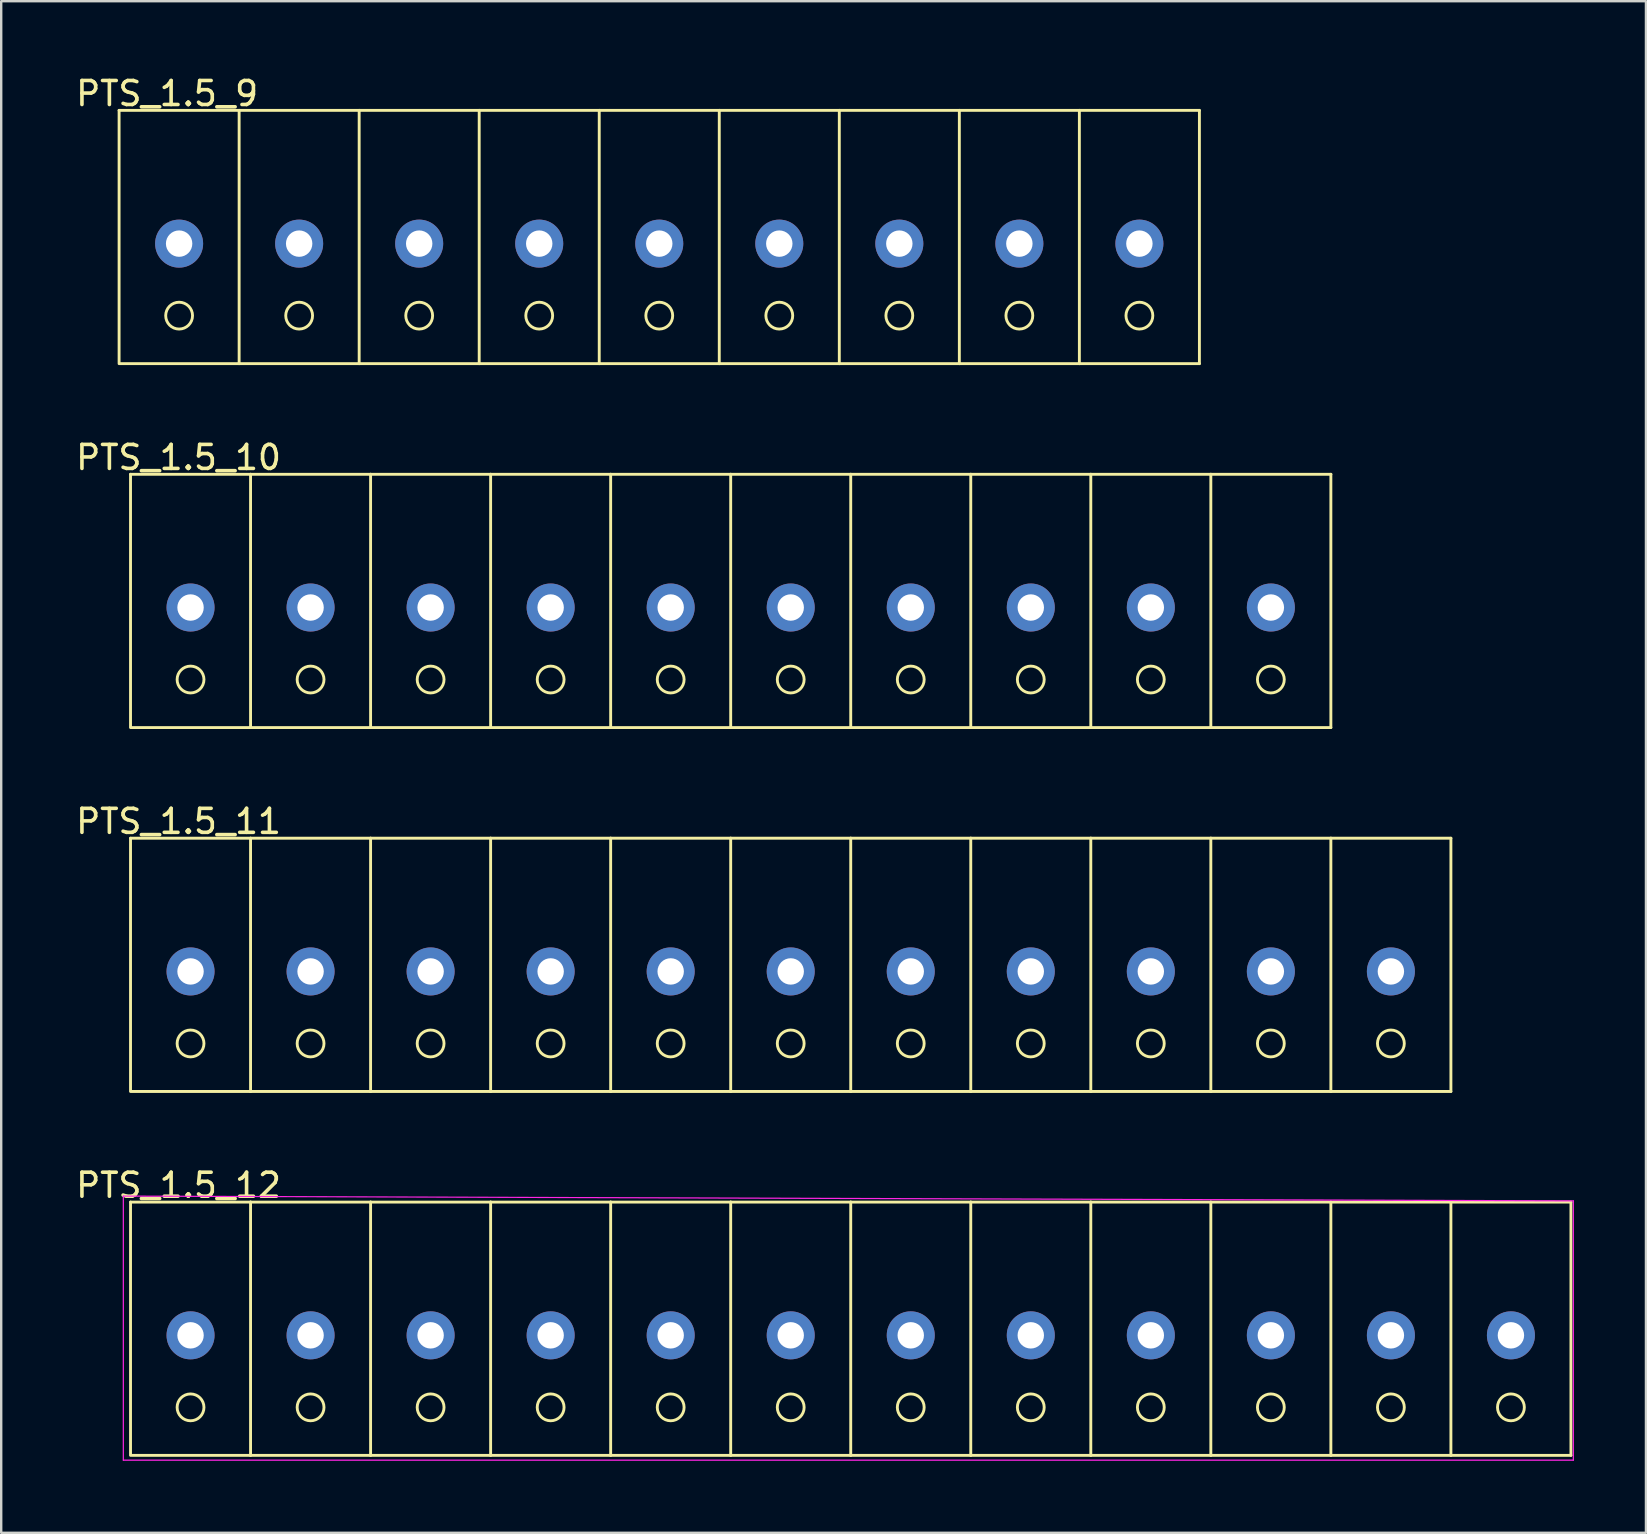
<source format=kicad_pcb>
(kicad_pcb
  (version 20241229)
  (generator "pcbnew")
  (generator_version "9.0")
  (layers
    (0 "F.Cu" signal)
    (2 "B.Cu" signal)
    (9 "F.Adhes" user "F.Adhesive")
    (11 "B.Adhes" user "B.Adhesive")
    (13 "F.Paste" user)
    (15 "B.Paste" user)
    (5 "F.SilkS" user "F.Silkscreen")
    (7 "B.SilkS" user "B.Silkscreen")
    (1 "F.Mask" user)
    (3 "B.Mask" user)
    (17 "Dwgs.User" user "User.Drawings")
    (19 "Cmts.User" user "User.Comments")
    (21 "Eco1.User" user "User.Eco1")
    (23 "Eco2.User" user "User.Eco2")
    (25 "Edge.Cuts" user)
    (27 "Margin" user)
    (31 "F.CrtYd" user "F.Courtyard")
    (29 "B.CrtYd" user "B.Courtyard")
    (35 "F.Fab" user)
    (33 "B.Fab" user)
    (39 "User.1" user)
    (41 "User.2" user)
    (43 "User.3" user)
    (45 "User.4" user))
  (footprint "PTS_1.5_10"
    (layer "F.Cu")
    (at 4.887 22.256)
    (property "Reference" "PTS_1.5_10" (at -0.5 -6.25 0) (layer "F.SilkS") (effects (font (size 1 1) (thickness 0.15))))
    (attr through_hole)
    (fp_line (start -2.5 -5.55) (end 2.5 -5.55) (stroke (width 0.12) (type solid)) (layer "F.SilkS"))
    (fp_line (start -2.5 4.95) (end -2.5 -5.55) (stroke (width 0.12) (type solid)) (layer "F.SilkS"))
    (fp_line (start 2.5 -5.55) (end 2.5 5) (stroke (width 0.12) (type solid)) (layer "F.SilkS"))
    (fp_line (start 2.5 -5.55) (end 7.5 -5.55) (stroke (width 0.12) (type solid)) (layer "F.SilkS"))
    (fp_line (start 2.5 5) (end -2.5 5) (stroke (width 0.12) (type solid)) (layer "F.SilkS"))
    (fp_line (start 2.5 5) (end 7.5 5) (stroke (width 0.12) (type solid)) (layer "F.SilkS"))
    (fp_line (start 7.5 -5.55) (end 12.5 -5.55) (stroke (width 0.12) (type solid)) (layer "F.SilkS"))
    (fp_line (start 7.5 5) (end 7.5 -5.55) (stroke (width 0.12) (type solid)) (layer "F.SilkS"))
    (fp_line (start 7.5 5) (end 12.5 5) (stroke (width 0.12) (type solid)) (layer "F.SilkS"))
    (fp_line (start 12.5 -5.55) (end 17.5 -5.55) (stroke (width 0.12) (type solid)) (layer "F.SilkS"))
    (fp_line (start 12.5 5) (end 12.5 -5.55) (stroke (width 0.12) (type solid)) (layer "F.SilkS"))
    (fp_line (start 12.5 5) (end 17.5 5) (stroke (width 0.12) (type solid)) (layer "F.SilkS"))
    (fp_line (start 17.5 -5.55) (end 22.5 -5.55) (stroke (width 0.12) (type solid)) (layer "F.SilkS"))
    (fp_line (start 17.5 5) (end 17.5 -5.55) (stroke (width 0.12) (type solid)) (layer "F.SilkS"))
    (fp_line (start 17.5 5) (end 22.5 5) (stroke (width 0.12) (type solid)) (layer "F.SilkS"))
    (fp_line (start 22.5 -5.55) (end 27.5 -5.55) (stroke (width 0.12) (type solid)) (layer "F.SilkS"))
    (fp_line (start 22.5 5) (end 22.5 -5.55) (stroke (width 0.12) (type solid)) (layer "F.SilkS"))
    (fp_line (start 22.5 5) (end 27.5 5) (stroke (width 0.12) (type solid)) (layer "F.SilkS"))
    (fp_line (start 27.5 -5.55) (end 32.5 -5.55) (stroke (width 0.12) (type solid)) (layer "F.SilkS"))
    (fp_line (start 27.5 5) (end 27.5 -5.55) (stroke (width 0.12) (type solid)) (layer "F.SilkS"))
    (fp_line (start 27.5 5) (end 32.5 5) (stroke (width 0.12) (type solid)) (layer "F.SilkS"))
    (fp_line (start 32.5 -5.55) (end 37.5 -5.55) (stroke (width 0.12) (type solid)) (layer "F.SilkS"))
    (fp_line (start 32.5 5) (end 32.5 -5.55) (stroke (width 0.12) (type solid)) (layer "F.SilkS"))
    (fp_line (start 32.5 5) (end 37.5 5) (stroke (width 0.12) (type solid)) (layer "F.SilkS"))
    (fp_line (start 37.5 -5.55) (end 42.5 -5.55) (stroke (width 0.12) (type solid)) (layer "F.SilkS"))
    (fp_line (start 37.5 5) (end 37.5 -5.55) (stroke (width 0.12) (type solid)) (layer "F.SilkS"))
    (fp_line (start 37.5 5) (end 42.5 5) (stroke (width 0.12) (type solid)) (layer "F.SilkS"))
    (fp_line (start 42.5 -5.55) (end 47.5 -5.55) (stroke (width 0.12) (type solid)) (layer "F.SilkS"))
    (fp_line (start 42.5 5) (end 42.5 -5.55) (stroke (width 0.12) (type solid)) (layer "F.SilkS"))
    (fp_line (start 42.5 5) (end 47.5 5) (stroke (width 0.12) (type solid)) (layer "F.SilkS"))
    (fp_line (start 47.5 5) (end 47.5 -5.55) (stroke (width 0.12) (type solid)) (layer "F.SilkS"))
    (fp_circle (center 0 3) (end 0.25 2.5) (stroke (width 0.12) (type solid)) (fill no) (layer "F.SilkS"))
    (fp_circle (center 5 3) (end 5.25 2.5) (stroke (width 0.12) (type solid)) (fill no) (layer "F.SilkS"))
    (fp_circle (center 10 3) (end 10.25 2.5) (stroke (width 0.12) (type solid)) (fill no) (layer "F.SilkS"))
    (fp_circle (center 15 3) (end 15.25 2.5) (stroke (width 0.12) (type solid)) (fill no) (layer "F.SilkS"))
    (fp_circle (center 20 3) (end 20.25 2.5) (stroke (width 0.12) (type solid)) (fill no) (layer "F.SilkS"))
    (fp_circle (center 25 3) (end 25.25 2.5) (stroke (width 0.12) (type solid)) (fill no) (layer "F.SilkS"))
    (fp_circle (center 30 3) (end 30.25 2.5) (stroke (width 0.12) (type solid)) (fill no) (layer "F.SilkS"))
    (fp_circle (center 35 3) (end 35.25 2.5) (stroke (width 0.12) (type solid)) (fill no) (layer "F.SilkS"))
    (fp_circle (center 40 3) (end 40.25 2.5) (stroke (width 0.12) (type solid)) (fill no) (layer "F.SilkS"))
    (fp_circle (center 45 3) (end 45.25 2.5) (stroke (width 0.12) (type solid)) (fill no) (layer "F.SilkS"))
    (pad "1" thru_hole circle (at 0 0) (size 2 2) (drill 1.1) (layers "*.Cu" "*.Mask"))
    (pad "2" thru_hole circle (at 5 0) (size 2 2) (drill 1.1) (layers "*.Cu" "*.Mask"))
    (pad "3" thru_hole circle (at 10 0) (size 2 2) (drill 1.1) (layers "*.Cu" "*.Mask"))
    (pad "4" thru_hole circle (at 15 0) (size 2 2) (drill 1.1) (layers "*.Cu" "*.Mask"))
    (pad "5" thru_hole circle (at 20 0) (size 2 2) (drill 1.1) (layers "*.Cu" "*.Mask"))
    (pad "6" thru_hole circle (at 25 0) (size 2 2) (drill 1.1) (layers "*.Cu" "*.Mask"))
    (pad "7" thru_hole circle (at 30 0) (size 2 2) (drill 1.1) (layers "*.Cu" "*.Mask"))
    (pad "8" thru_hole circle (at 35 0) (size 2 2) (drill 1.1) (layers "*.Cu" "*.Mask"))
    (pad "9" thru_hole circle (at 40 0) (size 2 2) (drill 1.1) (layers "*.Cu" "*.Mask"))
    (pad "10" thru_hole circle (at 45 0) (size 2 2) (drill 1.1) (layers "*.Cu" "*.Mask")))
  (footprint "PTS_1.5_9"
    (layer "F.Cu")
    (at 4.411 7.098)
    (property "Reference" "PTS_1.5_9" (at -0.5 -6.25 0) (layer "F.SilkS") (effects (font (size 1 1) (thickness 0.15))))
    (attr through_hole)
    (fp_line (start -2.5 -5.55) (end 2.5 -5.55) (stroke (width 0.12) (type solid)) (layer "F.SilkS"))
    (fp_line (start -2.5 4.95) (end -2.5 -5.55) (stroke (width 0.12) (type solid)) (layer "F.SilkS"))
    (fp_line (start 2.5 -5.55) (end 2.5 5) (stroke (width 0.12) (type solid)) (layer "F.SilkS"))
    (fp_line (start 2.5 -5.55) (end 7.5 -5.55) (stroke (width 0.12) (type solid)) (layer "F.SilkS"))
    (fp_line (start 2.5 5) (end -2.5 5) (stroke (width 0.12) (type solid)) (layer "F.SilkS"))
    (fp_line (start 2.5 5) (end 7.5 5) (stroke (width 0.12) (type solid)) (layer "F.SilkS"))
    (fp_line (start 7.5 -5.55) (end 12.5 -5.55) (stroke (width 0.12) (type solid)) (layer "F.SilkS"))
    (fp_line (start 7.5 5) (end 7.5 -5.55) (stroke (width 0.12) (type solid)) (layer "F.SilkS"))
    (fp_line (start 7.5 5) (end 12.5 5) (stroke (width 0.12) (type solid)) (layer "F.SilkS"))
    (fp_line (start 12.5 -5.55) (end 17.5 -5.55) (stroke (width 0.12) (type solid)) (layer "F.SilkS"))
    (fp_line (start 12.5 5) (end 12.5 -5.55) (stroke (width 0.12) (type solid)) (layer "F.SilkS"))
    (fp_line (start 12.5 5) (end 17.5 5) (stroke (width 0.12) (type solid)) (layer "F.SilkS"))
    (fp_line (start 17.5 -5.55) (end 22.5 -5.55) (stroke (width 0.12) (type solid)) (layer "F.SilkS"))
    (fp_line (start 17.5 5) (end 17.5 -5.55) (stroke (width 0.12) (type solid)) (layer "F.SilkS"))
    (fp_line (start 17.5 5) (end 22.5 5) (stroke (width 0.12) (type solid)) (layer "F.SilkS"))
    (fp_line (start 22.5 -5.55) (end 27.5 -5.55) (stroke (width 0.12) (type solid)) (layer "F.SilkS"))
    (fp_line (start 22.5 5) (end 22.5 -5.55) (stroke (width 0.12) (type solid)) (layer "F.SilkS"))
    (fp_line (start 22.5 5) (end 27.5 5) (stroke (width 0.12) (type solid)) (layer "F.SilkS"))
    (fp_line (start 27.5 -5.55) (end 32.5 -5.55) (stroke (width 0.12) (type solid)) (layer "F.SilkS"))
    (fp_line (start 27.5 5) (end 27.5 -5.55) (stroke (width 0.12) (type solid)) (layer "F.SilkS"))
    (fp_line (start 27.5 5) (end 32.5 5) (stroke (width 0.12) (type solid)) (layer "F.SilkS"))
    (fp_line (start 32.5 -5.55) (end 37.5 -5.55) (stroke (width 0.12) (type solid)) (layer "F.SilkS"))
    (fp_line (start 32.5 5) (end 32.5 -5.55) (stroke (width 0.12) (type solid)) (layer "F.SilkS"))
    (fp_line (start 32.5 5) (end 37.5 5) (stroke (width 0.12) (type solid)) (layer "F.SilkS"))
    (fp_line (start 37.5 -5.55) (end 42.5 -5.55) (stroke (width 0.12) (type solid)) (layer "F.SilkS"))
    (fp_line (start 37.5 5) (end 37.5 -5.55) (stroke (width 0.12) (type solid)) (layer "F.SilkS"))
    (fp_line (start 37.5 5) (end 42.5 5) (stroke (width 0.12) (type solid)) (layer "F.SilkS"))
    (fp_line (start 42.5 5) (end 42.5 -5.55) (stroke (width 0.12) (type solid)) (layer "F.SilkS"))
    (fp_circle (center 0 3) (end 0.25 2.5) (stroke (width 0.12) (type solid)) (fill no) (layer "F.SilkS"))
    (fp_circle (center 5 3) (end 5.25 2.5) (stroke (width 0.12) (type solid)) (fill no) (layer "F.SilkS"))
    (fp_circle (center 10 3) (end 10.25 2.5) (stroke (width 0.12) (type solid)) (fill no) (layer "F.SilkS"))
    (fp_circle (center 15 3) (end 15.25 2.5) (stroke (width 0.12) (type solid)) (fill no) (layer "F.SilkS"))
    (fp_circle (center 20 3) (end 20.25 2.5) (stroke (width 0.12) (type solid)) (fill no) (layer "F.SilkS"))
    (fp_circle (center 25 3) (end 25.25 2.5) (stroke (width 0.12) (type solid)) (fill no) (layer "F.SilkS"))
    (fp_circle (center 30 3) (end 30.25 2.5) (stroke (width 0.12) (type solid)) (fill no) (layer "F.SilkS"))
    (fp_circle (center 35 3) (end 35.25 2.5) (stroke (width 0.12) (type solid)) (fill no) (layer "F.SilkS"))
    (fp_circle (center 40 3) (end 40.25 2.5) (stroke (width 0.12) (type solid)) (fill no) (layer "F.SilkS"))
    (pad "1" thru_hole circle (at 0 0) (size 2 2) (drill 1.1) (layers "*.Cu" "*.Mask"))
    (pad "2" thru_hole circle (at 5 0) (size 2 2) (drill 1.1) (layers "*.Cu" "*.Mask"))
    (pad "3" thru_hole circle (at 10 0) (size 2 2) (drill 1.1) (layers "*.Cu" "*.Mask"))
    (pad "4" thru_hole circle (at 15 0) (size 2 2) (drill 1.1) (layers "*.Cu" "*.Mask"))
    (pad "5" thru_hole circle (at 20 0) (size 2 2) (drill 1.1) (layers "*.Cu" "*.Mask"))
    (pad "6" thru_hole circle (at 25 0) (size 2 2) (drill 1.1) (layers "*.Cu" "*.Mask"))
    (pad "7" thru_hole circle (at 30 0) (size 2 2) (drill 1.1) (layers "*.Cu" "*.Mask"))
    (pad "8" thru_hole circle (at 35 0) (size 2 2) (drill 1.1) (layers "*.Cu" "*.Mask"))
    (pad "9" thru_hole circle (at 40 0) (size 2 2) (drill 1.1) (layers "*.Cu" "*.Mask")))
  (footprint "PTS_1.5_12"
    (layer "F.Cu")
    (at 4.887 52.573)
    (property "Reference" "PTS_1.5_12" (at -0.5 -6.25 0) (layer "F.SilkS") (effects (font (size 1 1) (thickness 0.15))))
    (attr through_hole)
    (fp_line (start -2.5 -5.55) (end 2.5 -5.55) (stroke (width 0.12) (type solid)) (layer "F.SilkS"))
    (fp_line (start -2.5 4.95) (end -2.5 -5.55) (stroke (width 0.12) (type solid)) (layer "F.SilkS"))
    (fp_line (start 2.5 -5.55) (end 2.5 5) (stroke (width 0.12) (type solid)) (layer "F.SilkS"))
    (fp_line (start 2.5 -5.55) (end 7.5 -5.55) (stroke (width 0.12) (type solid)) (layer "F.SilkS"))
    (fp_line (start 2.5 5) (end -2.5 5) (stroke (width 0.12) (type solid)) (layer "F.SilkS"))
    (fp_line (start 2.5 5) (end 7.5 5) (stroke (width 0.12) (type solid)) (layer "F.SilkS"))
    (fp_line (start 7.5 -5.55) (end 12.5 -5.55) (stroke (width 0.12) (type solid)) (layer "F.SilkS"))
    (fp_line (start 7.5 5) (end 7.5 -5.55) (stroke (width 0.12) (type solid)) (layer "F.SilkS"))
    (fp_line (start 7.5 5) (end 12.5 5) (stroke (width 0.12) (type solid)) (layer "F.SilkS"))
    (fp_line (start 12.5 -5.55) (end 17.5 -5.55) (stroke (width 0.12) (type solid)) (layer "F.SilkS"))
    (fp_line (start 12.5 5) (end 12.5 -5.55) (stroke (width 0.12) (type solid)) (layer "F.SilkS"))
    (fp_line (start 12.5 5) (end 17.5 5) (stroke (width 0.12) (type solid)) (layer "F.SilkS"))
    (fp_line (start 17.5 -5.55) (end 22.5 -5.55) (stroke (width 0.12) (type solid)) (layer "F.SilkS"))
    (fp_line (start 17.5 5) (end 17.5 -5.55) (stroke (width 0.12) (type solid)) (layer "F.SilkS"))
    (fp_line (start 17.5 5) (end 22.5 5) (stroke (width 0.12) (type solid)) (layer "F.SilkS"))
    (fp_line (start 22.5 -5.55) (end 27.5 -5.55) (stroke (width 0.12) (type solid)) (layer "F.SilkS"))
    (fp_line (start 22.5 5) (end 22.5 -5.55) (stroke (width 0.12) (type solid)) (layer "F.SilkS"))
    (fp_line (start 22.5 5) (end 27.5 5) (stroke (width 0.12) (type solid)) (layer "F.SilkS"))
    (fp_line (start 27.5 -5.55) (end 32.5 -5.55) (stroke (width 0.12) (type solid)) (layer "F.SilkS"))
    (fp_line (start 27.5 5) (end 27.5 -5.55) (stroke (width 0.12) (type solid)) (layer "F.SilkS"))
    (fp_line (start 27.5 5) (end 32.5 5) (stroke (width 0.12) (type solid)) (layer "F.SilkS"))
    (fp_line (start 32.5 -5.55) (end 37.5 -5.55) (stroke (width 0.12) (type solid)) (layer "F.SilkS"))
    (fp_line (start 32.5 5) (end 32.5 -5.55) (stroke (width 0.12) (type solid)) (layer "F.SilkS"))
    (fp_line (start 32.5 5) (end 37.5 5) (stroke (width 0.12) (type solid)) (layer "F.SilkS"))
    (fp_line (start 37.5 -5.55) (end 42.5 -5.55) (stroke (width 0.12) (type solid)) (layer "F.SilkS"))
    (fp_line (start 37.5 5) (end 37.5 -5.55) (stroke (width 0.12) (type solid)) (layer "F.SilkS"))
    (fp_line (start 37.5 5) (end 42.5 5) (stroke (width 0.12) (type solid)) (layer "F.SilkS"))
    (fp_line (start 42.5 -5.55) (end 47.5 -5.55) (stroke (width 0.12) (type solid)) (layer "F.SilkS"))
    (fp_line (start 42.5 5) (end 42.5 -5.55) (stroke (width 0.12) (type solid)) (layer "F.SilkS"))
    (fp_line (start 42.5 5) (end 47.5 5) (stroke (width 0.12) (type solid)) (layer "F.SilkS"))
    (fp_line (start 47.5 -5.55) (end 52.5 -5.55) (stroke (width 0.12) (type solid)) (layer "F.SilkS"))
    (fp_line (start 47.5 5) (end 47.5 -5.55) (stroke (width 0.12) (type solid)) (layer "F.SilkS"))
    (fp_line (start 47.5 5) (end 52.5 5) (stroke (width 0.12) (type solid)) (layer "F.SilkS"))
    (fp_line (start 52.5 -5.55) (end 57.5 -5.55) (stroke (width 0.12) (type solid)) (layer "F.SilkS"))
    (fp_line (start 52.5 5) (end 52.5 -5.55) (stroke (width 0.12) (type solid)) (layer "F.SilkS"))
    (fp_line (start 52.5 5) (end 57.5 5) (stroke (width 0.12) (type solid)) (layer "F.SilkS"))
    (fp_line (start 57.5 5) (end 57.5 -5.55) (stroke (width 0.12) (type solid)) (layer "F.SilkS"))
    (fp_circle (center 0 3) (end 0.25 2.5) (stroke (width 0.12) (type solid)) (fill no) (layer "F.SilkS"))
    (fp_circle (center 5 3) (end 5.25 2.5) (stroke (width 0.12) (type solid)) (fill no) (layer "F.SilkS"))
    (fp_circle (center 10 3) (end 10.25 2.5) (stroke (width 0.12) (type solid)) (fill no) (layer "F.SilkS"))
    (fp_circle (center 15 3) (end 15.25 2.5) (stroke (width 0.12) (type solid)) (fill no) (layer "F.SilkS"))
    (fp_circle (center 20 3) (end 20.25 2.5) (stroke (width 0.12) (type solid)) (fill no) (layer "F.SilkS"))
    (fp_circle (center 25 3) (end 25.25 2.5) (stroke (width 0.12) (type solid)) (fill no) (layer "F.SilkS"))
    (fp_circle (center 30 3) (end 30.25 2.5) (stroke (width 0.12) (type solid)) (fill no) (layer "F.SilkS"))
    (fp_circle (center 35 3) (end 35.25 2.5) (stroke (width 0.12) (type solid)) (fill no) (layer "F.SilkS"))
    (fp_circle (center 40 3) (end 40.25 2.5) (stroke (width 0.12) (type solid)) (fill no) (layer "F.SilkS"))
    (fp_circle (center 45 3) (end 45.25 2.5) (stroke (width 0.12) (type solid)) (fill no) (layer "F.SilkS"))
    (fp_circle (center 50 3) (end 50.25 2.5) (stroke (width 0.12) (type solid)) (fill no) (layer "F.SilkS"))
    (fp_circle (center 55 3) (end 55.25 2.5) (stroke (width 0.12) (type solid)) (fill no) (layer "F.SilkS"))
    (fp_line (start -2.8 -5.8) (end 57.6 -5.6) (stroke (width 0.05) (type solid)) (layer "F.CrtYd"))
    (fp_line (start -2.8 5.2) (end -2.8 -5.8) (stroke (width 0.05) (type solid)) (layer "F.CrtYd"))
    (fp_line (start 57.6 -5.6) (end 57.6 5.2) (stroke (width 0.05) (type solid)) (layer "F.CrtYd"))
    (fp_line (start 57.6 5.2) (end -2.8 5.2) (stroke (width 0.05) (type solid)) (layer "F.CrtYd"))
    (pad "1" thru_hole circle (at 0 0) (size 2 2) (drill 1.1) (layers "*.Cu" "*.Mask"))
    (pad "2" thru_hole circle (at 5 0) (size 2 2) (drill 1.1) (layers "*.Cu" "*.Mask"))
    (pad "3" thru_hole circle (at 10 0) (size 2 2) (drill 1.1) (layers "*.Cu" "*.Mask"))
    (pad "4" thru_hole circle (at 15 0) (size 2 2) (drill 1.1) (layers "*.Cu" "*.Mask"))
    (pad "5" thru_hole circle (at 20 0) (size 2 2) (drill 1.1) (layers "*.Cu" "*.Mask"))
    (pad "6" thru_hole circle (at 25 0) (size 2 2) (drill 1.1) (layers "*.Cu" "*.Mask"))
    (pad "7" thru_hole circle (at 30 0) (size 2 2) (drill 1.1) (layers "*.Cu" "*.Mask"))
    (pad "8" thru_hole circle (at 35 0) (size 2 2) (drill 1.1) (layers "*.Cu" "*.Mask"))
    (pad "9" thru_hole circle (at 40 0) (size 2 2) (drill 1.1) (layers "*.Cu" "*.Mask"))
    (pad "10" thru_hole circle (at 45 0) (size 2 2) (drill 1.1) (layers "*.Cu" "*.Mask"))
    (pad "11" thru_hole circle (at 50 0) (size 2 2) (drill 1.1) (layers "*.Cu" "*.Mask"))
    (pad "12" thru_hole circle (at 55 0) (size 2 2) (drill 1.1) (layers "*.Cu" "*.Mask")))
  (footprint "PTS_1.5_11"
    (layer "F.Cu")
    (at 4.887 37.415)
    (property "Reference" "PTS_1.5_11" (at -0.5 -6.25 0) (layer "F.SilkS") (effects (font (size 1 1) (thickness 0.15))))
    (attr through_hole)
    (fp_line (start -2.5 -5.55) (end 2.5 -5.55) (stroke (width 0.12) (type solid)) (layer "F.SilkS"))
    (fp_line (start -2.5 4.95) (end -2.5 -5.55) (stroke (width 0.12) (type solid)) (layer "F.SilkS"))
    (fp_line (start 2.5 -5.55) (end 2.5 5) (stroke (width 0.12) (type solid)) (layer "F.SilkS"))
    (fp_line (start 2.5 -5.55) (end 7.5 -5.55) (stroke (width 0.12) (type solid)) (layer "F.SilkS"))
    (fp_line (start 2.5 5) (end -2.5 5) (stroke (width 0.12) (type solid)) (layer "F.SilkS"))
    (fp_line (start 2.5 5) (end 7.5 5) (stroke (width 0.12) (type solid)) (layer "F.SilkS"))
    (fp_line (start 7.5 -5.55) (end 12.5 -5.55) (stroke (width 0.12) (type solid)) (layer "F.SilkS"))
    (fp_line (start 7.5 5) (end 7.5 -5.55) (stroke (width 0.12) (type solid)) (layer "F.SilkS"))
    (fp_line (start 7.5 5) (end 12.5 5) (stroke (width 0.12) (type solid)) (layer "F.SilkS"))
    (fp_line (start 12.5 -5.55) (end 17.5 -5.55) (stroke (width 0.12) (type solid)) (layer "F.SilkS"))
    (fp_line (start 12.5 5) (end 12.5 -5.55) (stroke (width 0.12) (type solid)) (layer "F.SilkS"))
    (fp_line (start 12.5 5) (end 17.5 5) (stroke (width 0.12) (type solid)) (layer "F.SilkS"))
    (fp_line (start 17.5 -5.55) (end 22.5 -5.55) (stroke (width 0.12) (type solid)) (layer "F.SilkS"))
    (fp_line (start 17.5 5) (end 17.5 -5.55) (stroke (width 0.12) (type solid)) (layer "F.SilkS"))
    (fp_line (start 17.5 5) (end 22.5 5) (stroke (width 0.12) (type solid)) (layer "F.SilkS"))
    (fp_line (start 22.5 -5.55) (end 27.5 -5.55) (stroke (width 0.12) (type solid)) (layer "F.SilkS"))
    (fp_line (start 22.5 5) (end 22.5 -5.55) (stroke (width 0.12) (type solid)) (layer "F.SilkS"))
    (fp_line (start 22.5 5) (end 27.5 5) (stroke (width 0.12) (type solid)) (layer "F.SilkS"))
    (fp_line (start 27.5 -5.55) (end 32.5 -5.55) (stroke (width 0.12) (type solid)) (layer "F.SilkS"))
    (fp_line (start 27.5 5) (end 27.5 -5.55) (stroke (width 0.12) (type solid)) (layer "F.SilkS"))
    (fp_line (start 27.5 5) (end 32.5 5) (stroke (width 0.12) (type solid)) (layer "F.SilkS"))
    (fp_line (start 32.5 -5.55) (end 37.5 -5.55) (stroke (width 0.12) (type solid)) (layer "F.SilkS"))
    (fp_line (start 32.5 5) (end 32.5 -5.55) (stroke (width 0.12) (type solid)) (layer "F.SilkS"))
    (fp_line (start 32.5 5) (end 37.5 5) (stroke (width 0.12) (type solid)) (layer "F.SilkS"))
    (fp_line (start 37.5 -5.55) (end 42.5 -5.55) (stroke (width 0.12) (type solid)) (layer "F.SilkS"))
    (fp_line (start 37.5 5) (end 37.5 -5.55) (stroke (width 0.12) (type solid)) (layer "F.SilkS"))
    (fp_line (start 37.5 5) (end 42.5 5) (stroke (width 0.12) (type solid)) (layer "F.SilkS"))
    (fp_line (start 42.5 -5.55) (end 47.5 -5.55) (stroke (width 0.12) (type solid)) (layer "F.SilkS"))
    (fp_line (start 42.5 5) (end 42.5 -5.55) (stroke (width 0.12) (type solid)) (layer "F.SilkS"))
    (fp_line (start 42.5 5) (end 47.5 5) (stroke (width 0.12) (type solid)) (layer "F.SilkS"))
    (fp_line (start 47.5 -5.55) (end 52.5 -5.55) (stroke (width 0.12) (type solid)) (layer "F.SilkS"))
    (fp_line (start 47.5 5) (end 47.5 -5.55) (stroke (width 0.12) (type solid)) (layer "F.SilkS"))
    (fp_line (start 47.5 5) (end 52.5 5) (stroke (width 0.12) (type solid)) (layer "F.SilkS"))
    (fp_line (start 52.5 5) (end 52.5 -5.55) (stroke (width 0.12) (type solid)) (layer "F.SilkS"))
    (fp_circle (center 0 3) (end 0.25 2.5) (stroke (width 0.12) (type solid)) (fill no) (layer "F.SilkS"))
    (fp_circle (center 5 3) (end 5.25 2.5) (stroke (width 0.12) (type solid)) (fill no) (layer "F.SilkS"))
    (fp_circle (center 10 3) (end 10.25 2.5) (stroke (width 0.12) (type solid)) (fill no) (layer "F.SilkS"))
    (fp_circle (center 15 3) (end 15.25 2.5) (stroke (width 0.12) (type solid)) (fill no) (layer "F.SilkS"))
    (fp_circle (center 20 3) (end 20.25 2.5) (stroke (width 0.12) (type solid)) (fill no) (layer "F.SilkS"))
    (fp_circle (center 25 3) (end 25.25 2.5) (stroke (width 0.12) (type solid)) (fill no) (layer "F.SilkS"))
    (fp_circle (center 30 3) (end 30.25 2.5) (stroke (width 0.12) (type solid)) (fill no) (layer "F.SilkS"))
    (fp_circle (center 35 3) (end 35.25 2.5) (stroke (width 0.12) (type solid)) (fill no) (layer "F.SilkS"))
    (fp_circle (center 40 3) (end 40.25 2.5) (stroke (width 0.12) (type solid)) (fill no) (layer "F.SilkS"))
    (fp_circle (center 45 3) (end 45.25 2.5) (stroke (width 0.12) (type solid)) (fill no) (layer "F.SilkS"))
    (fp_circle (center 50 3) (end 50.25 2.5) (stroke (width 0.12) (type solid)) (fill no) (layer "F.SilkS"))
    (pad "1" thru_hole circle (at 0 0) (size 2 2) (drill 1.1) (layers "*.Cu" "*.Mask"))
    (pad "2" thru_hole circle (at 5 0) (size 2 2) (drill 1.1) (layers "*.Cu" "*.Mask"))
    (pad "3" thru_hole circle (at 10 0) (size 2 2) (drill 1.1) (layers "*.Cu" "*.Mask"))
    (pad "4" thru_hole circle (at 15 0) (size 2 2) (drill 1.1) (layers "*.Cu" "*.Mask"))
    (pad "5" thru_hole circle (at 20 0) (size 2 2) (drill 1.1) (layers "*.Cu" "*.Mask"))
    (pad "6" thru_hole circle (at 25 0) (size 2 2) (drill 1.1) (layers "*.Cu" "*.Mask"))
    (pad "7" thru_hole circle (at 30 0) (size 2 2) (drill 1.1) (layers "*.Cu" "*.Mask"))
    (pad "8" thru_hole circle (at 35 0) (size 2 2) (drill 1.1) (layers "*.Cu" "*.Mask"))
    (pad "9" thru_hole circle (at 40 0) (size 2 2) (drill 1.1) (layers "*.Cu" "*.Mask"))
    (pad "10" thru_hole circle (at 45 0) (size 2 2) (drill 1.1) (layers "*.Cu" "*.Mask"))
    (pad "11" thru_hole circle (at 50 0) (size 2 2) (drill 1.1) (layers "*.Cu" "*.Mask")))
  (gr_rect
    (start -3 -3)
    (end 65.512 60.798)
    (stroke (width 0.1) (type default))
    (fill no)
    (layer "Edge.Cuts")))
</source>
